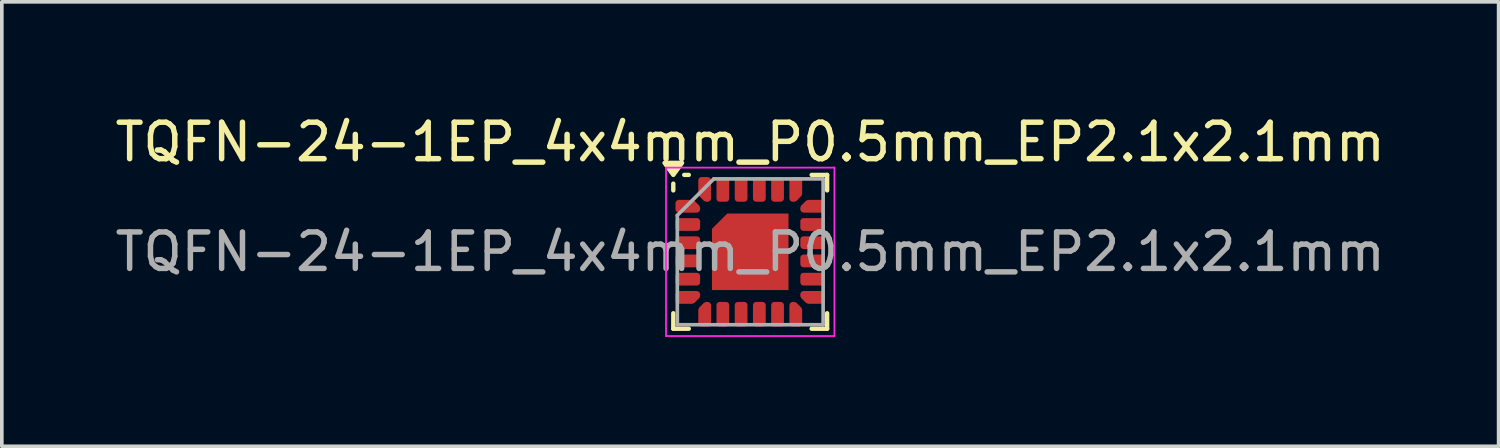
<source format=kicad_pcb>
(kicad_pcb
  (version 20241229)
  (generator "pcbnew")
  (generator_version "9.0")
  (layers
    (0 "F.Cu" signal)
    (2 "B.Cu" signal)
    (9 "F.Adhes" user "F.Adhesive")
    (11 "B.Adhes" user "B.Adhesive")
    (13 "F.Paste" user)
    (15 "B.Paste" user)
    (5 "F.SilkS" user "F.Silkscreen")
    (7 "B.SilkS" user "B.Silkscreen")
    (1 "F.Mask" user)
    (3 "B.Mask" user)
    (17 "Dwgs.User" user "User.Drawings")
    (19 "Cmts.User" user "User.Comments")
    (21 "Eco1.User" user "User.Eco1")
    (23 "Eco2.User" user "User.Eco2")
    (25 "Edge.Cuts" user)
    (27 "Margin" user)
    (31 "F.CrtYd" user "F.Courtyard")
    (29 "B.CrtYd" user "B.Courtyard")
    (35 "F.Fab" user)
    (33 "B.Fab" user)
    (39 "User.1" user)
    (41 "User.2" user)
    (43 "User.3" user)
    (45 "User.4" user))
  (footprint "TQFN-24-1EP_4x4mm_P0.5mm_EP2.1x2.1mm"
    (layer "F.Cu")
    (at 17.53 3.858)
    (property "Reference" "TQFN-24-1EP_4x4mm_P0.5mm_EP2.1x2.1mm" (at 0 -3.01 0) (layer "F.SilkS") (effects (font (size 1 1) (thickness 0.15))))
    (attr smd)
    (fp_line (start -2.11 -1.685) (end -2.11 -1.87) (stroke (width 0.12) (type solid)) (layer "F.SilkS"))
    (fp_line (start -2.11 2.11) (end -2.11 1.685) (stroke (width 0.12) (type solid)) (layer "F.SilkS"))
    (fp_line (start -1.685 -2.11) (end -1.81 -2.11) (stroke (width 0.12) (type solid)) (layer "F.SilkS"))
    (fp_line (start -1.685 2.11) (end -2.11 2.11) (stroke (width 0.12) (type solid)) (layer "F.SilkS"))
    (fp_line (start 1.685 -2.11) (end 2.11 -2.11) (stroke (width 0.12) (type solid)) (layer "F.SilkS"))
    (fp_line (start 1.685 2.11) (end 2.11 2.11) (stroke (width 0.12) (type solid)) (layer "F.SilkS"))
    (fp_line (start 2.11 -2.11) (end 2.11 -1.685) (stroke (width 0.12) (type solid)) (layer "F.SilkS"))
    (fp_line (start 2.11 2.11) (end 2.11 1.685) (stroke (width 0.12) (type solid)) (layer "F.SilkS"))
    (fp_poly (pts (xy -2.11 -2.11) (xy -2.35 -2.44) (xy -1.87 -2.44) (xy -2.11 -2.11)) (stroke (width 0.12) (type solid)) (fill yes) (layer "F.SilkS"))
    (fp_line (start -2.31 -2.31) (end -2.31 2.31) (stroke (width 0.05) (type solid)) (layer "F.CrtYd"))
    (fp_line (start -2.31 2.31) (end 2.31 2.31) (stroke (width 0.05) (type solid)) (layer "F.CrtYd"))
    (fp_line (start 2.31 -2.31) (end -2.31 -2.31) (stroke (width 0.05) (type solid)) (layer "F.CrtYd"))
    (fp_line (start 2.31 2.31) (end 2.31 -2.31) (stroke (width 0.05) (type solid)) (layer "F.CrtYd"))
    (fp_line (start -2 -1) (end -1 -2) (stroke (width 0.1) (type solid)) (layer "F.Fab"))
    (fp_line (start -2 2) (end -2 -1) (stroke (width 0.1) (type solid)) (layer "F.Fab"))
    (fp_line (start -1 -2) (end 2 -2) (stroke (width 0.1) (type solid)) (layer "F.Fab"))
    (fp_line (start 2 -2) (end 2 2) (stroke (width 0.1) (type solid)) (layer "F.Fab"))
    (fp_line (start 2 2) (end -2 2) (stroke (width 0.1) (type solid)) (layer "F.Fab"))
    (fp_text user "${REFERENCE}" (at 0 0 0) (layer "F.Fab") (effects (font (size 1 1) (thickness 0.15))))
    (pad "" smd roundrect (at -0.525 -0.525) (size 0.85 0.85) (layers "F.Paste") (roundrect_rratio 0.25) (chamfer_ratio 0.45) (chamfer top_left))
    (pad "" smd roundrect (at -0.525 0.525) (size 0.85 0.85) (layers "F.Paste") (roundrect_rratio 0.25))
    (pad "" smd roundrect (at 0 0) (size 2.1 2.1) (property pad_prop_heatsink) (layers "F.Cu" "F.Mask") (roundrect_rratio 0) (chamfer_ratio 0.2) (chamfer top_left))
    (pad "" smd roundrect (at 0.525 -0.525) (size 0.85 0.85) (layers "F.Paste") (roundrect_rratio 0.25))
    (pad "" smd roundrect (at 0.525 0.525) (size 0.85 0.85) (layers "F.Paste") (roundrect_rratio 0.25))
    (pad "1" smd custom (at -1.712 -1.25) (size 0.223 0.223) (layers "F.Cu" "F.Mask" "F.Paste") (options (anchor circle)) (primitives (gr_poly (pts (xy -0.253 -0.09) (xy 0.122 -0.09) (xy 0.253 0.04) (xy 0.253 0.09) (xy -0.253 0.09)) (width 0.17) (fill yes))))
    (pad "2" smd roundrect (at -1.712 -0.75) (size 0.675 0.35) (layers "F.Cu" "F.Mask" "F.Paste") (roundrect_rratio 0.25))
    (pad "3" smd roundrect (at -1.712 -0.25) (size 0.675 0.35) (layers "F.Cu" "F.Mask" "F.Paste") (roundrect_rratio 0.25))
    (pad "4" smd roundrect (at -1.712 0.25) (size 0.675 0.35) (layers "F.Cu" "F.Mask" "F.Paste") (roundrect_rratio 0.25))
    (pad "5" smd roundrect (at -1.712 0.75) (size 0.675 0.35) (layers "F.Cu" "F.Mask" "F.Paste") (roundrect_rratio 0.25))
    (pad "6" smd custom (at -1.712 1.25) (size 0.223 0.223) (layers "F.Cu" "F.Mask" "F.Paste") (options (anchor circle)) (primitives (gr_poly (pts (xy -0.253 -0.09) (xy 0.253 -0.09) (xy 0.253 -0.04) (xy 0.122 0.09) (xy -0.253 0.09)) (width 0.17) (fill yes))))
    (pad "7" smd custom (at -1.25 1.712) (size 0.223 0.223) (layers "F.Cu" "F.Mask" "F.Paste") (options (anchor circle)) (primitives (gr_poly (pts (xy -0.09 -0.122) (xy 0.04 -0.253) (xy 0.09 -0.253) (xy 0.09 0.253) (xy -0.09 0.253)) (width 0.17) (fill yes))))
    (pad "8" smd roundrect (at -0.75 1.712) (size 0.35 0.675) (layers "F.Cu" "F.Mask" "F.Paste") (roundrect_rratio 0.25))
    (pad "9" smd roundrect (at -0.25 1.712) (size 0.35 0.675) (layers "F.Cu" "F.Mask" "F.Paste") (roundrect_rratio 0.25))
    (pad "10" smd roundrect (at 0.25 1.712) (size 0.35 0.675) (layers "F.Cu" "F.Mask" "F.Paste") (roundrect_rratio 0.25))
    (pad "11" smd roundrect (at 0.75 1.712) (size 0.35 0.675) (layers "F.Cu" "F.Mask" "F.Paste") (roundrect_rratio 0.25))
    (pad "12" smd custom (at 1.25 1.712) (size 0.223 0.223) (layers "F.Cu" "F.Mask" "F.Paste") (options (anchor circle)) (primitives (gr_poly (pts (xy -0.09 -0.253) (xy -0.04 -0.253) (xy 0.09 -0.122) (xy 0.09 0.253) (xy -0.09 0.253)) (width 0.17) (fill yes))))
    (pad "13" smd custom (at 1.712 1.25) (size 0.223 0.223) (layers "F.Cu" "F.Mask" "F.Paste") (options (anchor circle)) (primitives (gr_poly (pts (xy -0.253 -0.09) (xy 0.253 -0.09) (xy 0.253 0.09) (xy -0.122 0.09) (xy -0.253 -0.04)) (width 0.17) (fill yes))))
    (pad "14" smd roundrect (at 1.712 0.75) (size 0.675 0.35) (layers "F.Cu" "F.Mask" "F.Paste") (roundrect_rratio 0.25))
    (pad "15" smd roundrect (at 1.712 0.25) (size 0.675 0.35) (layers "F.Cu" "F.Mask" "F.Paste") (roundrect_rratio 0.25))
    (pad "16" smd roundrect (at 1.712 -0.25) (size 0.675 0.35) (layers "F.Cu" "F.Mask" "F.Paste") (roundrect_rratio 0.25))
    (pad "17" smd roundrect (at 1.712 -0.75) (size 0.675 0.35) (layers "F.Cu" "F.Mask" "F.Paste") (roundrect_rratio 0.25))
    (pad "18" smd custom (at 1.712 -1.25) (size 0.223 0.223) (layers "F.Cu" "F.Mask" "F.Paste") (options (anchor circle)) (primitives (gr_poly (pts (xy -0.253 0.04) (xy -0.122 -0.09) (xy 0.253 -0.09) (xy 0.253 0.09) (xy -0.253 0.09)) (width 0.17) (fill yes))))
    (pad "19" smd custom (at 1.25 -1.712) (size 0.223 0.223) (layers "F.Cu" "F.Mask" "F.Paste") (options (anchor circle)) (primitives (gr_poly (pts (xy -0.09 -0.253) (xy 0.09 -0.253) (xy 0.09 0.122) (xy -0.04 0.253) (xy -0.09 0.253)) (width 0.17) (fill yes))))
    (pad "20" smd roundrect (at 0.75 -1.712) (size 0.35 0.675) (layers "F.Cu" "F.Mask" "F.Paste") (roundrect_rratio 0.25))
    (pad "21" smd roundrect (at 0.25 -1.712) (size 0.35 0.675) (layers "F.Cu" "F.Mask" "F.Paste") (roundrect_rratio 0.25))
    (pad "22" smd roundrect (at -0.25 -1.712) (size 0.35 0.675) (layers "F.Cu" "F.Mask" "F.Paste") (roundrect_rratio 0.25))
    (pad "23" smd roundrect (at -0.75 -1.712) (size 0.35 0.675) (layers "F.Cu" "F.Mask" "F.Paste") (roundrect_rratio 0.25))
    (pad "24" smd custom (at -1.25 -1.712) (size 0.223 0.223) (layers "F.Cu" "F.Mask" "F.Paste") (options (anchor circle)) (primitives (gr_poly (pts (xy -0.09 -0.253) (xy 0.09 -0.253) (xy 0.09 0.253) (xy 0.04 0.253) (xy -0.09 0.122)) (width 0.17) (fill yes)))))
  (gr_rect
    (start -3 -3)
    (end 38.06 9.193)
    (stroke (width 0.1) (type default))
    (fill no)
    (layer "Edge.Cuts")))
</source>
